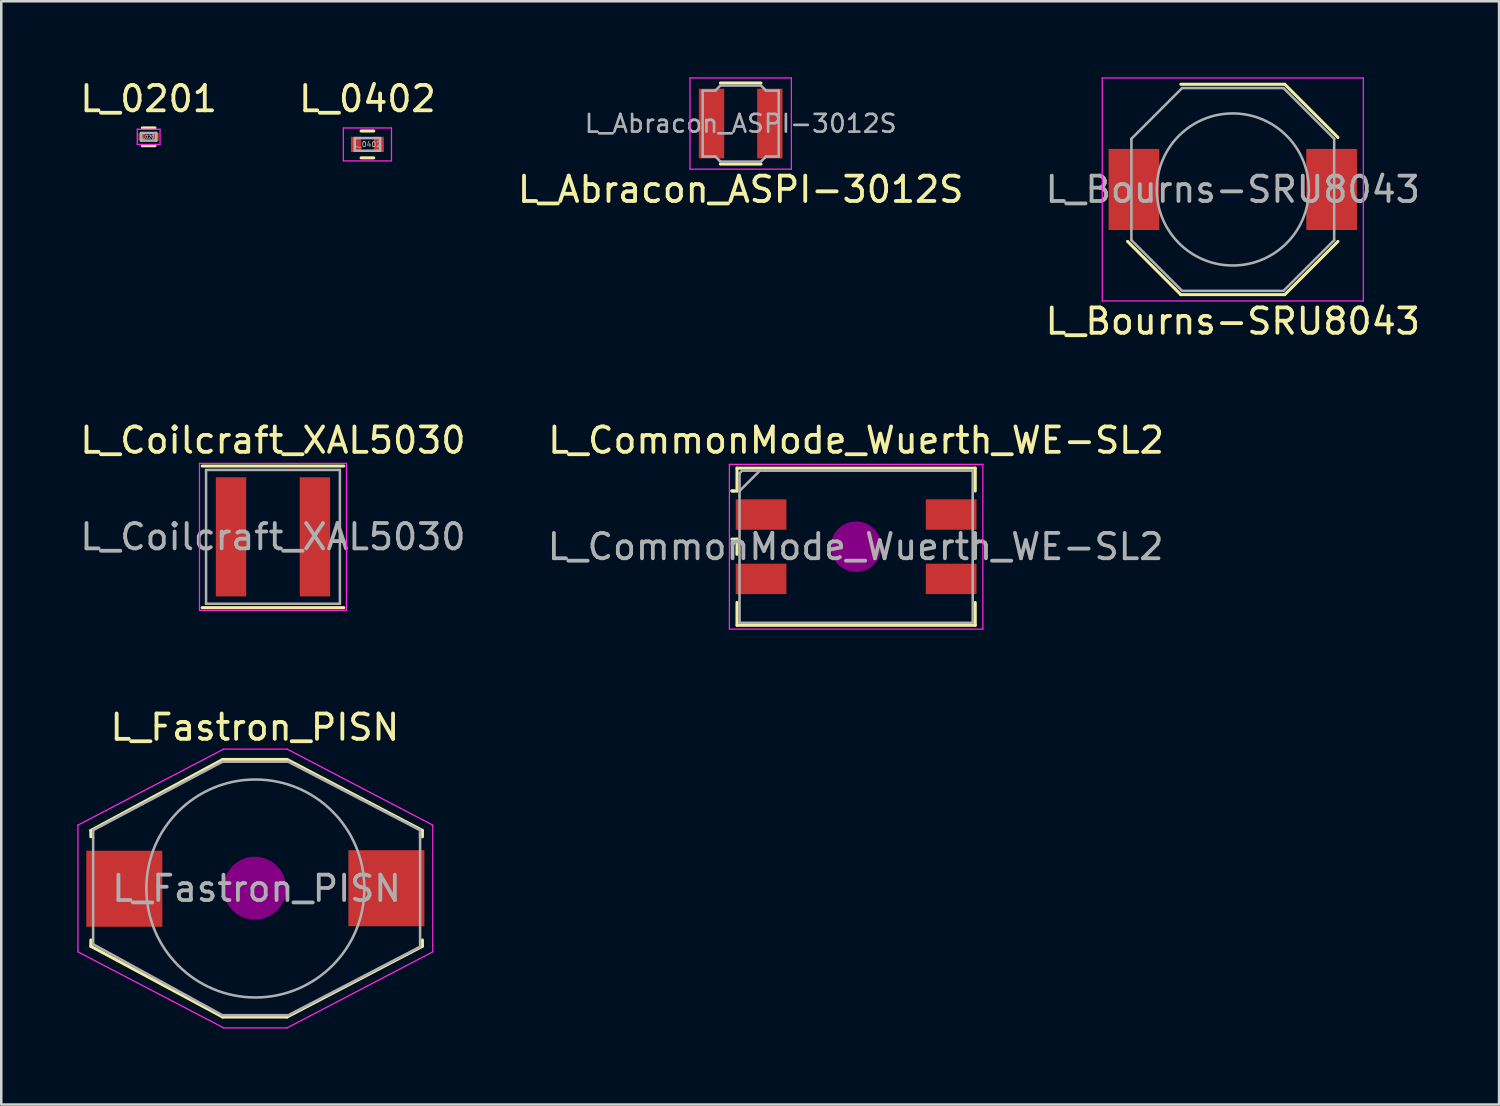
<source format=kicad_pcb>
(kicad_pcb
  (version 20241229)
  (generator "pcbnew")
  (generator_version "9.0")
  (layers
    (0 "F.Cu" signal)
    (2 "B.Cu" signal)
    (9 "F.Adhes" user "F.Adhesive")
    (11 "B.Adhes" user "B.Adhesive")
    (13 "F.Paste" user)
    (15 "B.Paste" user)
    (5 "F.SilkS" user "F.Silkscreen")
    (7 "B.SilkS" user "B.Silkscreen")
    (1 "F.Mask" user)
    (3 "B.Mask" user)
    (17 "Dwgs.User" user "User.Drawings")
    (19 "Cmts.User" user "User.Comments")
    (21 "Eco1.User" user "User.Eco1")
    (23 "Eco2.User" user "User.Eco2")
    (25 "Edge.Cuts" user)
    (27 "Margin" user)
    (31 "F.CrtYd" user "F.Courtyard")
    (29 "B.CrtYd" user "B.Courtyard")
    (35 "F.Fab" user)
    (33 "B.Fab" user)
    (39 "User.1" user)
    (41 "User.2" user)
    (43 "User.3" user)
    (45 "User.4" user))
  (footprint "L_0201"
    (layer "F.Cu")
    (at 2.815 2.348)
    (property "Reference" "L_0201" (at 0 -1.5 0) (layer "F.SilkS") (effects (font (size 1 1) (thickness 0.15))))
    (attr smd)
    (fp_line (start -0.25 -0.35) (end 0.25 -0.35) (stroke (width 0.12) (type solid)) (layer "F.SilkS"))
    (fp_line (start -0.25 0.35) (end 0.25 0.35) (stroke (width 0.12) (type solid)) (layer "F.SilkS"))
    (fp_line (start -0.45 -0.3) (end 0.45 -0.3) (stroke (width 0.05) (type solid)) (layer "F.CrtYd"))
    (fp_line (start -0.45 0.3) (end -0.45 -0.3) (stroke (width 0.05) (type solid)) (layer "F.CrtYd"))
    (fp_line (start -0.45 0.3) (end 0.45 0.3) (stroke (width 0.05) (type solid)) (layer "F.CrtYd"))
    (fp_line (start 0.45 0.3) (end 0.45 -0.3) (stroke (width 0.05) (type solid)) (layer "F.CrtYd"))
    (fp_line (start -0.3 -0.15) (end -0.3 0.15) (stroke (width 0.1) (type solid)) (layer "F.Fab"))
    (fp_line (start 0.3 -0.15) (end -0.3 -0.15) (stroke (width 0.1) (type solid)) (layer "F.Fab"))
    (fp_line (start 0.3 -0.15) (end 0.3 0.15) (stroke (width 0.1) (type solid)) (layer "F.Fab"))
    (fp_line (start 0.3 0.15) (end -0.3 0.15) (stroke (width 0.1) (type solid)) (layer "F.Fab"))
    (fp_text user "${REFERENCE}" (at 0 0 0) (layer "F.Fab") (effects (font (size 0.127 0.127) (thickness 0.025))))
    (pad "1" smd rect (at -0.275 0) (size 0.25 0.3) (layers "F.Cu" "F.Mask" "F.Paste"))
    (pad "2" smd rect (at 0.275 0) (size 0.25 0.3) (layers "F.Cu" "F.Mask" "F.Paste")))
  (footprint "L_Coilcraft_XAL5030"
    (layer "F.Cu")
    (at 7.72 18.131)
    (property "Reference" "L_Coilcraft_XAL5030" (at 0 -3.81 0) (layer "F.SilkS") (effects (font (size 1 1) (thickness 0.15))))
    (attr smd)
    (fp_line (start -2.794 -2.794) (end 2.794 -2.794) (stroke (width 0.12) (type solid)) (layer "F.SilkS"))
    (fp_line (start 2.794 2.794) (end -2.794 2.794) (stroke (width 0.12) (type solid)) (layer "F.SilkS"))
    (fp_line (start -2.9 -2.9) (end 2.9 -2.9) (stroke (width 0.05) (type solid)) (layer "F.CrtYd"))
    (fp_line (start -2.9 2.9) (end -2.9 -2.9) (stroke (width 0.05) (type solid)) (layer "F.CrtYd"))
    (fp_line (start 2.9 -2.9) (end 2.9 2.9) (stroke (width 0.05) (type solid)) (layer "F.CrtYd"))
    (fp_line (start 2.9 2.9) (end -2.9 2.9) (stroke (width 0.05) (type solid)) (layer "F.CrtYd"))
    (fp_line (start -2.64 -2.64) (end 2.64 -2.64) (stroke (width 0.1) (type solid)) (layer "F.Fab"))
    (fp_line (start -2.64 2.64) (end -2.64 -2.64) (stroke (width 0.1) (type solid)) (layer "F.Fab"))
    (fp_line (start 2.64 -2.64) (end 2.64 2.64) (stroke (width 0.1) (type solid)) (layer "F.Fab"))
    (fp_line (start 2.64 2.64) (end -2.64 2.64) (stroke (width 0.1) (type solid)) (layer "F.Fab"))
    (fp_text user "${REFERENCE}" (at 0 0 0) (layer "F.Fab") (effects (font (size 1 1) (thickness 0.15))))
    (pad "1" smd rect (at -1.655 0) (size 1.2 4.7) (layers "F.Cu" "F.Mask" "F.Paste"))
    (pad "2" smd rect (at 1.655 0) (size 1.2 4.7) (layers "F.Cu" "F.Mask" "F.Paste")))
  (footprint "L_Fastron_PISN"
    (layer "F.Cu")
    (at 7.025 32.005)
    (property "Reference" "L_Fastron_PISN" (at -0.02 -6.36 0) (layer "F.SilkS") (effects (font (size 1 1) (thickness 0.15))))
    (attr smd)
    (fp_line (start -6.49 -2.29) (end -6.49 -2.04) (stroke (width 0.12) (type solid)) (layer "F.SilkS"))
    (fp_line (start -6.49 2.28) (end -6.49 2.03) (stroke (width 0.12) (type solid)) (layer "F.SilkS"))
    (fp_line (start -1.29 -5.09) (end -6.49 -2.29) (stroke (width 0.12) (type solid)) (layer "F.SilkS"))
    (fp_line (start -1.29 -5.09) (end 1.25 -5.09) (stroke (width 0.12) (type solid)) (layer "F.SilkS"))
    (fp_line (start -1.29 5.07) (end -6.49 2.28) (stroke (width 0.12) (type solid)) (layer "F.SilkS"))
    (fp_line (start -1.29 5.07) (end 1.25 5.07) (stroke (width 0.12) (type solid)) (layer "F.SilkS"))
    (fp_line (start 1.25 -5.09) (end 6.59 -2.29) (stroke (width 0.12) (type solid)) (layer "F.SilkS"))
    (fp_line (start 1.25 5.07) (end 6.59 2.28) (stroke (width 0.12) (type solid)) (layer "F.SilkS"))
    (fp_line (start 6.59 -2.29) (end 6.59 -2.04) (stroke (width 0.12) (type solid)) (layer "F.SilkS"))
    (fp_line (start 6.59 2.28) (end 6.59 2.03) (stroke (width 0.12) (type solid)) (layer "F.SilkS"))
    (fp_line (start -0.02 -0.26) (end -0.02 0.25) (stroke (width 0.38) (type solid)) (layer "F.Adhes"))
    (fp_circle (center -0.02 -0.01) (end -0.02 0.5) (stroke (width 0.38) (type solid)) (fill no) (layer "F.Adhes"))
    (fp_circle (center -0.02 -0.01) (end 0.24 -0.01) (stroke (width 0.38) (type solid)) (fill no) (layer "F.Adhes"))
    (fp_circle (center -0.02 -0.01) (end 0.24 0.76) (stroke (width 0.38) (type solid)) (fill no) (layer "F.Adhes"))
    (fp_circle (center -0.02 -0.01) (end 0.24 1.01) (stroke (width 0.38) (type solid)) (fill no) (layer "F.Adhes"))
    (fp_line (start -7 -2.5) (end -1.25 -5.5) (stroke (width 0.05) (type solid)) (layer "F.CrtYd"))
    (fp_line (start -7 2.5) (end -7 -2.5) (stroke (width 0.05) (type solid)) (layer "F.CrtYd"))
    (fp_line (start -1.25 -5.5) (end 1.25 -5.5) (stroke (width 0.05) (type solid)) (layer "F.CrtYd"))
    (fp_line (start -1.25 5.5) (end -7 2.5) (stroke (width 0.05) (type solid)) (layer "F.CrtYd"))
    (fp_line (start 1.25 -5.5) (end 7 -2.5) (stroke (width 0.05) (type solid)) (layer "F.CrtYd"))
    (fp_line (start 1.25 5.5) (end -1.25 5.5) (stroke (width 0.05) (type solid)) (layer "F.CrtYd"))
    (fp_line (start 7 -2.5) (end 7 2.25) (stroke (width 0.05) (type solid)) (layer "F.CrtYd"))
    (fp_line (start 7 2.25) (end 7 2.5) (stroke (width 0.05) (type solid)) (layer "F.CrtYd"))
    (fp_line (start 7 2.5) (end 1.25 5.5) (stroke (width 0.05) (type solid)) (layer "F.CrtYd"))
    (fp_line (start -6.4 -2.3) (end -1.3 -5) (stroke (width 0.1) (type solid)) (layer "F.Fab"))
    (fp_line (start -6.4 -2) (end -6.4 -2.3) (stroke (width 0.1) (type solid)) (layer "F.Fab"))
    (fp_line (start -6.4 -2) (end -6.4 2.2) (stroke (width 0.1) (type solid)) (layer "F.Fab"))
    (fp_line (start -6.4 2.2) (end -1.3 5) (stroke (width 0.1) (type solid)) (layer "F.Fab"))
    (fp_line (start -1.3 -5) (end 1.3 -5) (stroke (width 0.1) (type solid)) (layer "F.Fab"))
    (fp_line (start -1.3 5) (end 1.3 5) (stroke (width 0.1) (type solid)) (layer "F.Fab"))
    (fp_line (start 1.3 -5) (end 6.5 -2.3) (stroke (width 0.1) (type solid)) (layer "F.Fab"))
    (fp_line (start 1.3 5) (end 6.5 2.3) (stroke (width 0.1) (type solid)) (layer "F.Fab"))
    (fp_line (start 6.5 -2.3) (end 6.5 -2) (stroke (width 0.1) (type solid)) (layer "F.Fab"))
    (fp_line (start 6.5 2.3) (end 6.5 -2.2) (stroke (width 0.1) (type solid)) (layer "F.Fab"))
    (fp_circle (center 0 0) (end 0 -4.3) (stroke (width 0.1) (type solid)) (fill no) (layer "F.Fab"))
    (fp_text user "${REFERENCE}" (at 0.05 0 0) (layer "F.Fab") (effects (font (size 1 1) (thickness 0.15))))
    (pad "1" smd rect (at 5.17 -0.01) (size 3 3) (layers "F.Cu" "F.Mask" "F.Paste"))
    (pad "2" smd rect (at -5.17 0.01) (size 3 3) (layers "F.Cu" "F.Mask" "F.Paste")))
  (footprint "L_Abracon_ASPI-3012S"
    (layer "F.Cu")
    (at 26.173 1.825)
    (property "Reference" "L_Abracon_ASPI-3012S" (at 0 2.6 0) (layer "F.SilkS") (effects (font (size 1 1) (thickness 0.15))))
    (attr smd)
    (fp_line (start -0.8 -1.6) (end 0.8 -1.6) (stroke (width 0.12) (type solid)) (layer "F.SilkS"))
    (fp_line (start -0.8 1.6) (end 0.8 1.6) (stroke (width 0.12) (type solid)) (layer "F.SilkS"))
    (fp_line (start -2 -1.8) (end -2 1.8) (stroke (width 0.05) (type solid)) (layer "F.CrtYd"))
    (fp_line (start -2 1.8) (end 2 1.8) (stroke (width 0.05) (type solid)) (layer "F.CrtYd"))
    (fp_line (start 2 -1.8) (end -2 -1.8) (stroke (width 0.05) (type solid)) (layer "F.CrtYd"))
    (fp_line (start 2 1.8) (end 2 -1.8) (stroke (width 0.05) (type solid)) (layer "F.CrtYd"))
    (fp_line (start -1.5 -1.3) (end -1.5 1.3) (stroke (width 0.1) (type solid)) (layer "F.Fab"))
    (fp_line (start -1.5 1.3) (end -1 1.3) (stroke (width 0.1) (type solid)) (layer "F.Fab"))
    (fp_line (start -1 -1.3) (end -1.5 -1.3) (stroke (width 0.1) (type solid)) (layer "F.Fab"))
    (fp_line (start -1 1.3) (end -0.8 1.5) (stroke (width 0.1) (type solid)) (layer "F.Fab"))
    (fp_line (start -0.8 -1.5) (end -1 -1.3) (stroke (width 0.1) (type solid)) (layer "F.Fab"))
    (fp_line (start -0.8 1.5) (end 0.8 1.5) (stroke (width 0.1) (type solid)) (layer "F.Fab"))
    (fp_line (start 0.8 -1.5) (end -0.8 -1.5) (stroke (width 0.1) (type solid)) (layer "F.Fab"))
    (fp_line (start 0.8 1.5) (end 1 1.3) (stroke (width 0.1) (type solid)) (layer "F.Fab"))
    (fp_line (start 1 -1.3) (end 0.8 -1.5) (stroke (width 0.1) (type solid)) (layer "F.Fab"))
    (fp_line (start 1 1.3) (end 1.5 1.3) (stroke (width 0.1) (type solid)) (layer "F.Fab"))
    (fp_line (start 1.5 -1.3) (end 1 -1.3) (stroke (width 0.1) (type solid)) (layer "F.Fab"))
    (fp_line (start 1.5 1.3) (end 1.5 -1.3) (stroke (width 0.1) (type solid)) (layer "F.Fab"))
    (fp_text user "${REFERENCE}" (at 0 0 0) (layer "F.Fab") (effects (font (size 0.7 0.7) (thickness 0.105))))
    (pad "1" smd rect (at -1.15 0) (size 1 2.75) (layers "F.Cu" "F.Mask" "F.Paste"))
    (pad "2" smd rect (at 1.15 0) (size 1 2.75) (layers "F.Cu" "F.Mask" "F.Paste")))
  (footprint "L_Bourns-SRU8043"
    (layer "F.Cu")
    (at 45.589 4.425)
    (property "Reference" "L_Bourns-SRU8043" (at 0 5.2 0) (layer "F.SilkS") (effects (font (size 1 1) (thickness 0.15))))
    (attr smd)
    (fp_line (start -2.05 -4.15) (end 2.05 -4.15) (stroke (width 0.12) (type solid)) (layer "F.SilkS"))
    (fp_line (start -2.05 4.15) (end -4.15 2.05) (stroke (width 0.12) (type solid)) (layer "F.SilkS"))
    (fp_line (start 2.05 -4.15) (end 4.15 -2.05) (stroke (width 0.12) (type solid)) (layer "F.SilkS"))
    (fp_line (start 2.05 4.15) (end -2.05 4.15) (stroke (width 0.12) (type solid)) (layer "F.SilkS"))
    (fp_line (start 2.05 4.15) (end 4.15 2.05) (stroke (width 0.12) (type solid)) (layer "F.SilkS"))
    (fp_line (start -5.15 -4.4) (end 5.15 -4.4) (stroke (width 0.05) (type solid)) (layer "F.CrtYd"))
    (fp_line (start -5.15 4.4) (end -5.15 -4.4) (stroke (width 0.05) (type solid)) (layer "F.CrtYd"))
    (fp_line (start 5.15 -4.4) (end 5.15 4.4) (stroke (width 0.05) (type solid)) (layer "F.CrtYd"))
    (fp_line (start 5.15 4.4) (end -5.15 4.4) (stroke (width 0.05) (type solid)) (layer "F.CrtYd"))
    (fp_line (start -4 -2) (end -2 -4) (stroke (width 0.1) (type solid)) (layer "F.Fab"))
    (fp_line (start -4 2) (end -4 -2) (stroke (width 0.1) (type solid)) (layer "F.Fab"))
    (fp_line (start -2 -4) (end 2 -4) (stroke (width 0.1) (type solid)) (layer "F.Fab"))
    (fp_line (start -2 4) (end -4 2) (stroke (width 0.1) (type solid)) (layer "F.Fab"))
    (fp_line (start 2 -4) (end 4 -2) (stroke (width 0.1) (type solid)) (layer "F.Fab"))
    (fp_line (start 2 4) (end -2 4) (stroke (width 0.1) (type solid)) (layer "F.Fab"))
    (fp_line (start 4 -2) (end 4 2) (stroke (width 0.1) (type solid)) (layer "F.Fab"))
    (fp_line (start 4 2) (end 2 4) (stroke (width 0.1) (type solid)) (layer "F.Fab"))
    (fp_circle (center 0 0) (end 0 -3) (stroke (width 0.1) (type solid)) (fill no) (layer "F.Fab"))
    (fp_text user "${REFERENCE}" (at 0 0 0) (layer "F.Fab") (effects (font (size 1 1) (thickness 0.15))))
    (pad "1" smd rect (at -3.9 0) (size 2 3.2) (layers "F.Cu" "F.Mask" "F.Paste"))
    (pad "2" smd rect (at 3.9 0) (size 2 3.2) (layers "F.Cu" "F.Mask" "F.Paste")))
  (footprint "L_CommonMode_Wuerth_WE-SL2"
    (layer "F.Cu")
    (at 30.728 18.521)
    (property "Reference" "L_CommonMode_Wuerth_WE-SL2" (at 0 -4.2 0) (layer "F.SilkS") (effects (font (size 1 1) (thickness 0.15))))
    (attr smd)
    (fp_line (start -4.9 -2.2) (end -4.8 -2.2) (stroke (width 0.12) (type solid)) (layer "F.SilkS"))
    (fp_line (start -4.9 -0.3) (end -4.7 -0.3) (stroke (width 0.12) (type solid)) (layer "F.SilkS"))
    (fp_line (start -4.7 -3.1) (end -4.7 -2.2) (stroke (width 0.12) (type solid)) (layer "F.SilkS"))
    (fp_line (start -4.7 -3.1) (end 4.7 -3.1) (stroke (width 0.12) (type solid)) (layer "F.SilkS"))
    (fp_line (start -4.7 -2.2) (end -4.9 -2.2) (stroke (width 0.12) (type solid)) (layer "F.SilkS"))
    (fp_line (start -4.7 -0.3) (end -4.7 0.3) (stroke (width 0.12) (type solid)) (layer "F.SilkS"))
    (fp_line (start -4.7 3.1) (end -4.7 2.2) (stroke (width 0.12) (type solid)) (layer "F.SilkS"))
    (fp_line (start 4.7 -3.1) (end 4.7 -2.2) (stroke (width 0.12) (type solid)) (layer "F.SilkS"))
    (fp_line (start 4.7 -0.3) (end 4.7 0.3) (stroke (width 0.12) (type solid)) (layer "F.SilkS"))
    (fp_line (start 4.7 3.1) (end -4.7 3.1) (stroke (width 0.12) (type solid)) (layer "F.SilkS"))
    (fp_line (start 4.7 3.1) (end 4.7 2.2) (stroke (width 0.12) (type solid)) (layer "F.SilkS"))
    (fp_circle (center 0 0) (end 0.5 0) (stroke (width 1) (type solid)) (fill no) (layer "F.Adhes"))
    (fp_line (start -5 -3.25) (end 5 -3.25) (stroke (width 0.05) (type solid)) (layer "F.CrtYd"))
    (fp_line (start -5 3.25) (end -5 -3.25) (stroke (width 0.05) (type solid)) (layer "F.CrtYd"))
    (fp_line (start 5 -3.25) (end 5 3.25) (stroke (width 0.05) (type solid)) (layer "F.CrtYd"))
    (fp_line (start 5 3.25) (end -5 3.25) (stroke (width 0.05) (type solid)) (layer "F.CrtYd"))
    (fp_line (start -4.6 -2.9) (end -4.5 -3) (stroke (width 0.1) (type solid)) (layer "F.Fab"))
    (fp_line (start -4.6 -2.2) (end -3.8 -3) (stroke (width 0.1) (type solid)) (layer "F.Fab"))
    (fp_line (start -4.6 -2) (end -4.6 -2.9) (stroke (width 0.1) (type solid)) (layer "F.Fab"))
    (fp_line (start -4.6 -2) (end -4.6 3) (stroke (width 0.1) (type solid)) (layer "F.Fab"))
    (fp_line (start -4.5 -3) (end -3.6 -3) (stroke (width 0.1) (type solid)) (layer "F.Fab"))
    (fp_line (start -3.6 -3) (end 4.6 -3) (stroke (width 0.1) (type solid)) (layer "F.Fab"))
    (fp_line (start 4.6 -3) (end 4.6 3) (stroke (width 0.1) (type solid)) (layer "F.Fab"))
    (fp_line (start 4.6 3) (end -4.6 3) (stroke (width 0.1) (type solid)) (layer "F.Fab"))
    (fp_text user "${REFERENCE}" (at -0.02 0 0) (layer "F.Fab") (effects (font (size 1 1) (thickness 0.15))))
    (pad "1" smd rect (at -3.75 -1.27) (size 2 1.2) (layers "F.Cu" "F.Mask" "F.Paste"))
    (pad "2" smd rect (at -3.75 1.27) (size 2 1.2) (layers "F.Cu" "F.Mask" "F.Paste"))
    (pad "3" smd rect (at 3.75 1.27) (size 2 1.2) (layers "F.Cu" "F.Mask" "F.Paste"))
    (pad "4" smd rect (at 3.75 -1.27) (size 2 1.2) (layers "F.Cu" "F.Mask" "F.Paste")))
  (footprint "L_0402"
    (layer "F.Cu")
    (at 11.446 2.648)
    (property "Reference" "L_0402" (at 0 -1.8 0) (layer "F.SilkS") (effects (font (size 1 1) (thickness 0.15))))
    (attr smd)
    (fp_line (start -0.25 0.53) (end 0.25 0.53) (stroke (width 0.12) (type solid)) (layer "F.SilkS"))
    (fp_line (start 0.25 -0.53) (end -0.25 -0.53) (stroke (width 0.12) (type solid)) (layer "F.SilkS"))
    (fp_line (start -0.95 -0.65) (end -0.95 0.65) (stroke (width 0.05) (type solid)) (layer "F.CrtYd"))
    (fp_line (start -0.95 -0.65) (end 0.95 -0.65) (stroke (width 0.05) (type solid)) (layer "F.CrtYd"))
    (fp_line (start -0.95 0.65) (end 0.95 0.65) (stroke (width 0.05) (type solid)) (layer "F.CrtYd"))
    (fp_line (start 0.95 -0.65) (end 0.95 0.65) (stroke (width 0.05) (type solid)) (layer "F.CrtYd"))
    (fp_line (start -0.5 -0.25) (end 0.5 -0.25) (stroke (width 0.1) (type solid)) (layer "F.Fab"))
    (fp_line (start -0.5 0.25) (end -0.5 -0.25) (stroke (width 0.1) (type solid)) (layer "F.Fab"))
    (fp_line (start 0.5 -0.25) (end 0.5 0.25) (stroke (width 0.1) (type solid)) (layer "F.Fab"))
    (fp_line (start 0.5 0.25) (end -0.5 0.25) (stroke (width 0.1) (type solid)) (layer "F.Fab"))
    (fp_text user "${REFERENCE}" (at 0 0 0) (layer "F.Fab") (effects (font (size 0.2 0.2) (thickness 0.03))))
    (pad "1" smd rect (at -0.45 0) (size 0.4 0.6) (layers "F.Cu" "F.Mask" "F.Paste"))
    (pad "2" smd rect (at 0.45 0) (size 0.4 0.6) (layers "F.Cu" "F.Mask" "F.Paste")))
  (gr_rect
    (start -3 -3)
    (end 56.095 40.53)
    (stroke (width 0.1) (type default))
    (fill no)
    (layer "Edge.Cuts")))
</source>
